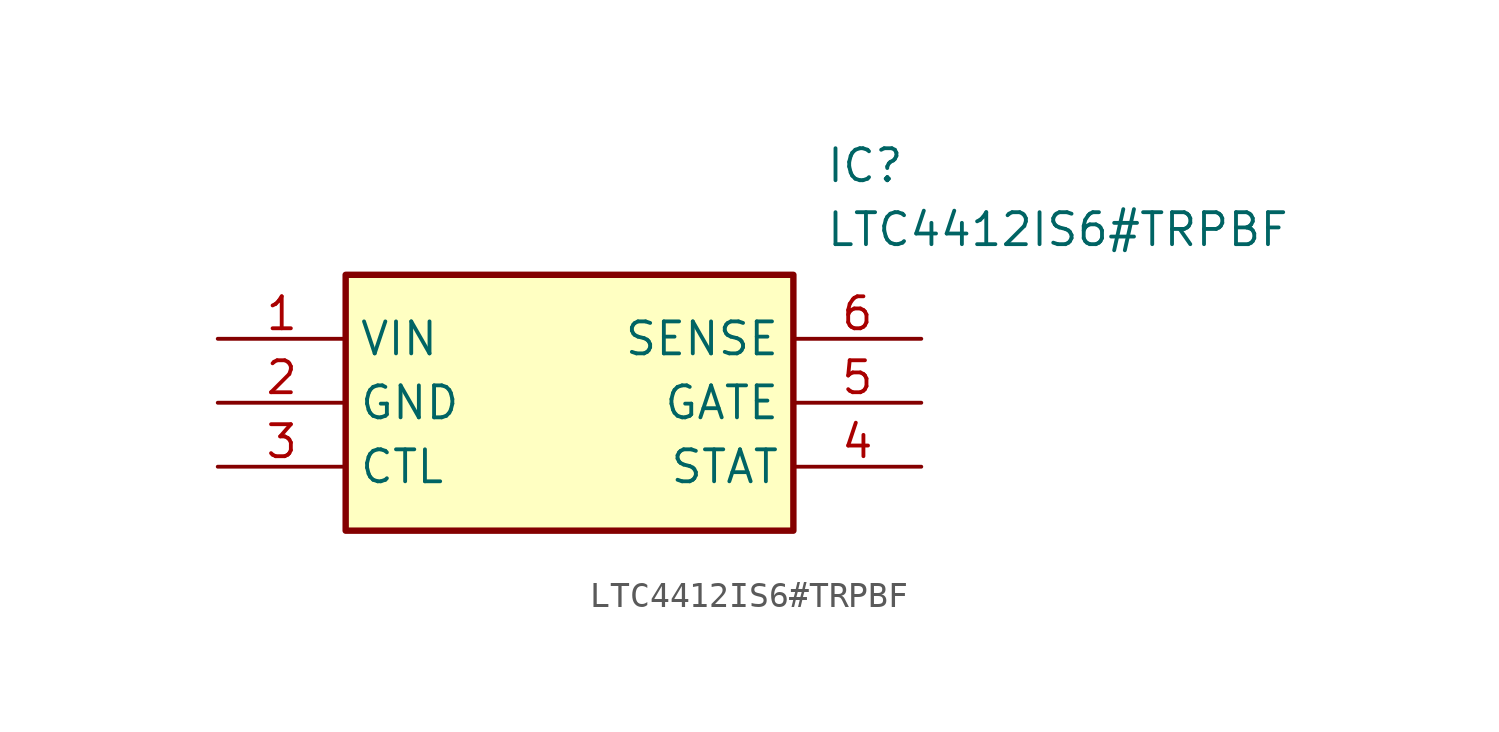
<source format=kicad_sym>
(kicad_symbol_lib
  (version 20211014)
  (generator SamacSys_ECAD_Model)
  (symbol "LTC4412IS6#TRPBF"
    (property "Reference" "IC"
      (at 24.13 7.62 0)
      (effects (font (size 1.27 1.27)) (justify left top)))
    (property "Value" "LTC4412IS6#TRPBF"
      (at 24.13 5.08 0)
      (effects (font (size 1.27 1.27)) (justify left top)))
    (rectangle
      (start 5.08 2.54)
      (end 22.86 -7.62)
      (stroke (width 0.254) (type default))
      (fill (type background)))
    (pin passive line
      (at 0 0 0)
      (length 5.08)
      (name "VIN" (effects (font (size 1.27 1.27))))
      (number "1" (effects (font (size 1.27 1.27)))))
    (pin passive line
      (at 0 -2.54 0)
      (length 5.08)
      (name "GND" (effects (font (size 1.27 1.27))))
      (number "2" (effects (font (size 1.27 1.27)))))
    (pin passive line
      (at 0 -5.08 0)
      (length 5.08)
      (name "CTL" (effects (font (size 1.27 1.27))))
      (number "3" (effects (font (size 1.27 1.27)))))
    (pin passive line
      (at 27.94 0 180)
      (length 5.08)
      (name "SENSE" (effects (font (size 1.27 1.27))))
      (number "6" (effects (font (size 1.27 1.27)))))
    (pin passive line
      (at 27.94 -2.54 180)
      (length 5.08)
      (name "GATE" (effects (font (size 1.27 1.27))))
      (number "5" (effects (font (size 1.27 1.27)))))
    (pin passive line
      (at 27.94 -5.08 180)
      (length 5.08)
      (name "STAT" (effects (font (size 1.27 1.27))))
      (number "4" (effects (font (size 1.27 1.27)))))))
</source>
